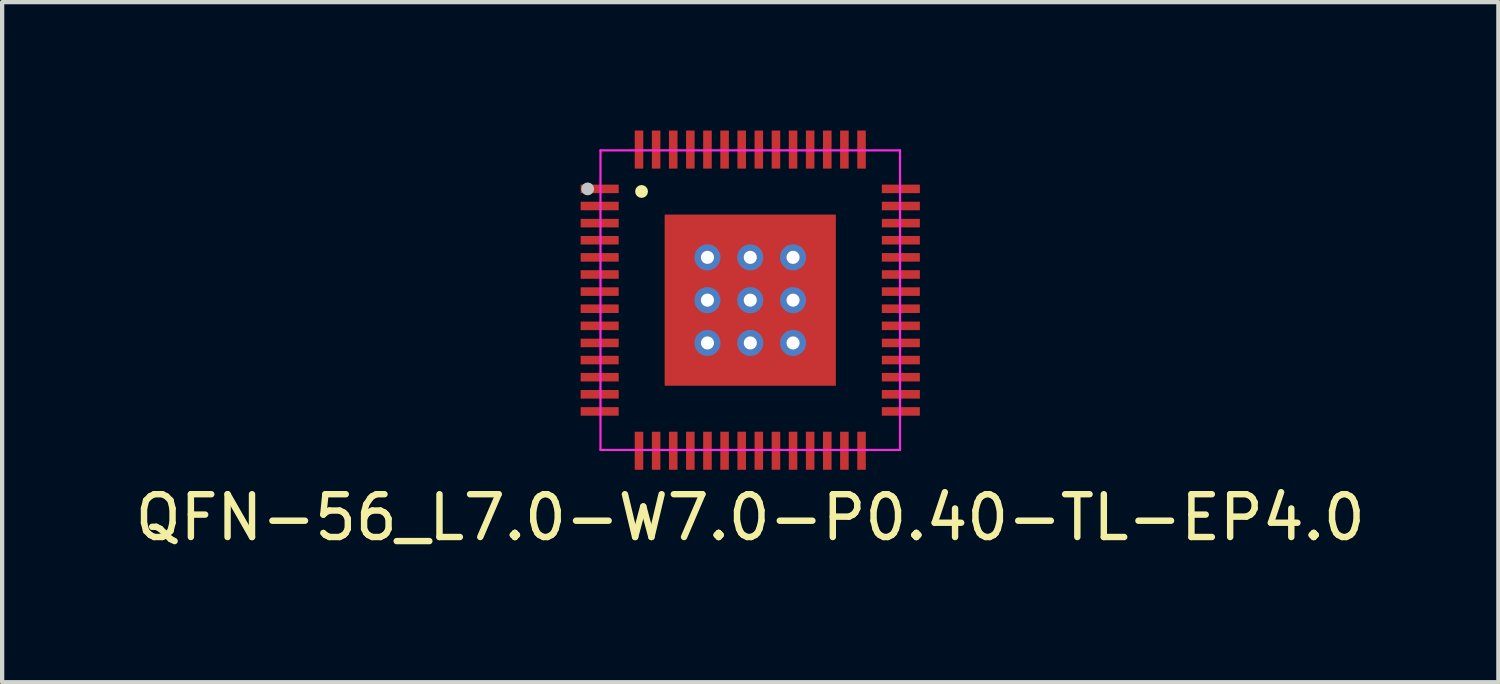
<source format=kicad_pcb>
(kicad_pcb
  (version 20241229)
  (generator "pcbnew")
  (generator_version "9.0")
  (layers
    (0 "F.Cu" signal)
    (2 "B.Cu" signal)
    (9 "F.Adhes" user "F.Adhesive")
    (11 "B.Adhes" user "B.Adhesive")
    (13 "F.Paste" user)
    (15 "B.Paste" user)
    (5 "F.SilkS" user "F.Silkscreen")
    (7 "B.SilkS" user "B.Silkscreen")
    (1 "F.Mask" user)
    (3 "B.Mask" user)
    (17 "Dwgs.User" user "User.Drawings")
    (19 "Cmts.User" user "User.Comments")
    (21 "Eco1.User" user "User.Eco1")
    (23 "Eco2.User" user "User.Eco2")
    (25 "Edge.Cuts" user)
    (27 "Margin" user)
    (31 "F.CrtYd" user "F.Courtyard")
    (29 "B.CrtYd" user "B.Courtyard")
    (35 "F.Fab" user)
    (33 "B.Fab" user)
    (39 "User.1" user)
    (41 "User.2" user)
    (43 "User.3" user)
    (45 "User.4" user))
  (footprint "QFN-56_L7.0-W7.0-P0.40-TL-EP4.0"
    (layer "F.Cu")
    (at 14.482 3.964)
    (property "Reference" "QFN-56_L7.0-W7.0-P0.40-TL-EP4.0" (at 0 5.08 0) (layer "F.SilkS") (effects (font (size 1 1) (thickness 0.15))))
    (attr through_hole)
    (fp_circle (center -2.54 -2.54) (end -2.465 -2.54) (stroke (width 0.15) (type solid)) (fill no) (layer "F.SilkS"))
    (fp_circle (center -3.8 -2.6) (end -3.725 -2.6) (stroke (width 0.15) (type solid)) (fill no) (layer "Dwgs.User"))
    (fp_poly (pts (xy -3.5 -2.7) (xy -3.1 -2.7) (xy -3.1 -2.5) (xy -3.5 -2.5)) (stroke (width 0.005) (type solid)) (fill no) (layer "Eco2.User"))
    (fp_poly (pts (xy -3.5 -2.3) (xy -3.1 -2.3) (xy -3.1 -2.1) (xy -3.5 -2.1)) (stroke (width 0.005) (type solid)) (fill no) (layer "Eco2.User"))
    (fp_poly (pts (xy -3.5 -1.9) (xy -3.1 -1.9) (xy -3.1 -1.7) (xy -3.5 -1.7)) (stroke (width 0.005) (type solid)) (fill no) (layer "Eco2.User"))
    (fp_poly (pts (xy -3.5 -1.5) (xy -3.1 -1.5) (xy -3.1 -1.3) (xy -3.5 -1.3)) (stroke (width 0.005) (type solid)) (fill no) (layer "Eco2.User"))
    (fp_poly (pts (xy -3.5 -1.1) (xy -3.1 -1.1) (xy -3.1 -0.9) (xy -3.5 -0.9)) (stroke (width 0.005) (type solid)) (fill no) (layer "Eco2.User"))
    (fp_poly (pts (xy -3.5 -0.7) (xy -3.1 -0.7) (xy -3.1 -0.5) (xy -3.5 -0.5)) (stroke (width 0.005) (type solid)) (fill no) (layer "Eco2.User"))
    (fp_poly (pts (xy -3.5 -0.3) (xy -3.1 -0.3) (xy -3.1 -0.1) (xy -3.5 -0.1)) (stroke (width 0.005) (type solid)) (fill no) (layer "Eco2.User"))
    (fp_poly (pts (xy -3.5 0.1) (xy -3.1 0.1) (xy -3.1 0.3) (xy -3.5 0.3)) (stroke (width 0.005) (type solid)) (fill no) (layer "Eco2.User"))
    (fp_poly (pts (xy -3.5 0.5) (xy -3.1 0.5) (xy -3.1 0.7) (xy -3.5 0.7)) (stroke (width 0.005) (type solid)) (fill no) (layer "Eco2.User"))
    (fp_poly (pts (xy -3.5 0.9) (xy -3.1 0.9) (xy -3.1 1.1) (xy -3.5 1.1)) (stroke (width 0.005) (type solid)) (fill no) (layer "Eco2.User"))
    (fp_poly (pts (xy -3.5 1.3) (xy -3.1 1.3) (xy -3.1 1.5) (xy -3.5 1.5)) (stroke (width 0.005) (type solid)) (fill no) (layer "Eco2.User"))
    (fp_poly (pts (xy -3.5 1.7) (xy -3.1 1.7) (xy -3.1 1.9) (xy -3.5 1.9)) (stroke (width 0.005) (type solid)) (fill no) (layer "Eco2.User"))
    (fp_poly (pts (xy -3.5 2.1) (xy -3.1 2.1) (xy -3.1 2.3) (xy -3.5 2.3)) (stroke (width 0.005) (type solid)) (fill no) (layer "Eco2.User"))
    (fp_poly (pts (xy -3.5 2.5) (xy -3.1 2.5) (xy -3.1 2.7) (xy -3.5 2.7)) (stroke (width 0.005) (type solid)) (fill no) (layer "Eco2.User"))
    (fp_poly (pts (xy -2.7 -3.1) (xy -2.5 -3.1) (xy -2.5 -3.5) (xy -2.7 -3.5)) (stroke (width 0.005) (type solid)) (fill no) (layer "Eco2.User"))
    (fp_poly (pts (xy -2.7 3.1) (xy -2.5 3.1) (xy -2.5 3.5) (xy -2.7 3.5)) (stroke (width 0.005) (type solid)) (fill no) (layer "Eco2.User"))
    (fp_poly (pts (xy -2.3 -3.1) (xy -2.1 -3.1) (xy -2.1 -3.5) (xy -2.3 -3.5)) (stroke (width 0.005) (type solid)) (fill no) (layer "Eco2.User"))
    (fp_poly (pts (xy -2.3 3.1) (xy -2.1 3.1) (xy -2.1 3.5) (xy -2.3 3.5)) (stroke (width 0.005) (type solid)) (fill no) (layer "Eco2.User"))
    (fp_poly (pts (xy -2 -2) (xy 2 -2) (xy 2 2) (xy -2 2)) (stroke (width 0.005) (type solid)) (fill no) (layer "Eco2.User"))
    (fp_poly (pts (xy -1.9 -3.1) (xy -1.7 -3.1) (xy -1.7 -3.5) (xy -1.9 -3.5)) (stroke (width 0.005) (type solid)) (fill no) (layer "Eco2.User"))
    (fp_poly (pts (xy -1.9 3.1) (xy -1.7 3.1) (xy -1.7 3.5) (xy -1.9 3.5)) (stroke (width 0.005) (type solid)) (fill no) (layer "Eco2.User"))
    (fp_poly (pts (xy -1.5 -3.1) (xy -1.3 -3.1) (xy -1.3 -3.5) (xy -1.5 -3.5)) (stroke (width 0.005) (type solid)) (fill no) (layer "Eco2.User"))
    (fp_poly (pts (xy -1.5 3.1) (xy -1.3 3.1) (xy -1.3 3.5) (xy -1.5 3.5)) (stroke (width 0.005) (type solid)) (fill no) (layer "Eco2.User"))
    (fp_poly (pts (xy -1.1 -3.1) (xy -0.9 -3.1) (xy -0.9 -3.5) (xy -1.1 -3.5)) (stroke (width 0.005) (type solid)) (fill no) (layer "Eco2.User"))
    (fp_poly (pts (xy -1.1 3.1) (xy -0.9 3.1) (xy -0.9 3.5) (xy -1.1 3.5)) (stroke (width 0.005) (type solid)) (fill no) (layer "Eco2.User"))
    (fp_poly (pts (xy -0.7 -3.1) (xy -0.5 -3.1) (xy -0.5 -3.5) (xy -0.7 -3.5)) (stroke (width 0.005) (type solid)) (fill no) (layer "Eco2.User"))
    (fp_poly (pts (xy -0.7 3.1) (xy -0.5 3.1) (xy -0.5 3.5) (xy -0.7 3.5)) (stroke (width 0.005) (type solid)) (fill no) (layer "Eco2.User"))
    (fp_poly (pts (xy -0.3 -3.1) (xy -0.1 -3.1) (xy -0.1 -3.5) (xy -0.3 -3.5)) (stroke (width 0.005) (type solid)) (fill no) (layer "Eco2.User"))
    (fp_poly (pts (xy -0.3 3.1) (xy -0.1 3.1) (xy -0.1 3.5) (xy -0.3 3.5)) (stroke (width 0.005) (type solid)) (fill no) (layer "Eco2.User"))
    (fp_poly (pts (xy 0.1 -3.1) (xy 0.3 -3.1) (xy 0.3 -3.5) (xy 0.1 -3.5)) (stroke (width 0.005) (type solid)) (fill no) (layer "Eco2.User"))
    (fp_poly (pts (xy 0.1 3.1) (xy 0.3 3.1) (xy 0.3 3.5) (xy 0.1 3.5)) (stroke (width 0.005) (type solid)) (fill no) (layer "Eco2.User"))
    (fp_poly (pts (xy 0.5 -3.1) (xy 0.7 -3.1) (xy 0.7 -3.5) (xy 0.5 -3.5)) (stroke (width 0.005) (type solid)) (fill no) (layer "Eco2.User"))
    (fp_poly (pts (xy 0.5 3.1) (xy 0.7 3.1) (xy 0.7 3.5) (xy 0.5 3.5)) (stroke (width 0.005) (type solid)) (fill no) (layer "Eco2.User"))
    (fp_poly (pts (xy 0.9 -3.1) (xy 1.1 -3.1) (xy 1.1 -3.5) (xy 0.9 -3.5)) (stroke (width 0.005) (type solid)) (fill no) (layer "Eco2.User"))
    (fp_poly (pts (xy 0.9 3.1) (xy 1.1 3.1) (xy 1.1 3.5) (xy 0.9 3.5)) (stroke (width 0.005) (type solid)) (fill no) (layer "Eco2.User"))
    (fp_poly (pts (xy 1.3 -3.1) (xy 1.5 -3.1) (xy 1.5 -3.5) (xy 1.3 -3.5)) (stroke (width 0.005) (type solid)) (fill no) (layer "Eco2.User"))
    (fp_poly (pts (xy 1.3 3.1) (xy 1.5 3.1) (xy 1.5 3.5) (xy 1.3 3.5)) (stroke (width 0.005) (type solid)) (fill no) (layer "Eco2.User"))
    (fp_poly (pts (xy 1.7 -3.1) (xy 1.9 -3.1) (xy 1.9 -3.5) (xy 1.7 -3.5)) (stroke (width 0.005) (type solid)) (fill no) (layer "Eco2.User"))
    (fp_poly (pts (xy 1.7 3.1) (xy 1.9 3.1) (xy 1.9 3.5) (xy 1.7 3.5)) (stroke (width 0.005) (type solid)) (fill no) (layer "Eco2.User"))
    (fp_poly (pts (xy 2.1 -3.1) (xy 2.3 -3.1) (xy 2.3 -3.5) (xy 2.1 -3.5)) (stroke (width 0.005) (type solid)) (fill no) (layer "Eco2.User"))
    (fp_poly (pts (xy 2.1 3.1) (xy 2.3 3.1) (xy 2.3 3.5) (xy 2.1 3.5)) (stroke (width 0.005) (type solid)) (fill no) (layer "Eco2.User"))
    (fp_poly (pts (xy 2.5 -3.1) (xy 2.7 -3.1) (xy 2.7 -3.5) (xy 2.5 -3.5)) (stroke (width 0.005) (type solid)) (fill no) (layer "Eco2.User"))
    (fp_poly (pts (xy 2.5 3.1) (xy 2.7 3.1) (xy 2.7 3.5) (xy 2.5 3.5)) (stroke (width 0.005) (type solid)) (fill no) (layer "Eco2.User"))
    (fp_poly (pts (xy 3.5 -2.7) (xy 3.1 -2.7) (xy 3.1 -2.5) (xy 3.5 -2.5)) (stroke (width 0.005) (type solid)) (fill no) (layer "Eco2.User"))
    (fp_poly (pts (xy 3.5 -2.3) (xy 3.1 -2.3) (xy 3.1 -2.1) (xy 3.5 -2.1)) (stroke (width 0.005) (type solid)) (fill no) (layer "Eco2.User"))
    (fp_poly (pts (xy 3.5 -1.9) (xy 3.1 -1.9) (xy 3.1 -1.7) (xy 3.5 -1.7)) (stroke (width 0.005) (type solid)) (fill no) (layer "Eco2.User"))
    (fp_poly (pts (xy 3.5 -1.5) (xy 3.1 -1.5) (xy 3.1 -1.3) (xy 3.5 -1.3)) (stroke (width 0.005) (type solid)) (fill no) (layer "Eco2.User"))
    (fp_poly (pts (xy 3.5 -1.1) (xy 3.1 -1.1) (xy 3.1 -0.9) (xy 3.5 -0.9)) (stroke (width 0.005) (type solid)) (fill no) (layer "Eco2.User"))
    (fp_poly (pts (xy 3.5 -0.7) (xy 3.1 -0.7) (xy 3.1 -0.5) (xy 3.5 -0.5)) (stroke (width 0.005) (type solid)) (fill no) (layer "Eco2.User"))
    (fp_poly (pts (xy 3.5 -0.3) (xy 3.1 -0.3) (xy 3.1 -0.1) (xy 3.5 -0.1)) (stroke (width 0.005) (type solid)) (fill no) (layer "Eco2.User"))
    (fp_poly (pts (xy 3.5 0.1) (xy 3.1 0.1) (xy 3.1 0.3) (xy 3.5 0.3)) (stroke (width 0.005) (type solid)) (fill no) (layer "Eco2.User"))
    (fp_poly (pts (xy 3.5 0.5) (xy 3.1 0.5) (xy 3.1 0.7) (xy 3.5 0.7)) (stroke (width 0.005) (type solid)) (fill no) (layer "Eco2.User"))
    (fp_poly (pts (xy 3.5 0.9) (xy 3.1 0.9) (xy 3.1 1.1) (xy 3.5 1.1)) (stroke (width 0.005) (type solid)) (fill no) (layer "Eco2.User"))
    (fp_poly (pts (xy 3.5 1.3) (xy 3.1 1.3) (xy 3.1 1.5) (xy 3.5 1.5)) (stroke (width 0.005) (type solid)) (fill no) (layer "Eco2.User"))
    (fp_poly (pts (xy 3.5 1.7) (xy 3.1 1.7) (xy 3.1 1.9) (xy 3.5 1.9)) (stroke (width 0.005) (type solid)) (fill no) (layer "Eco2.User"))
    (fp_poly (pts (xy 3.5 2.1) (xy 3.1 2.1) (xy 3.1 2.3) (xy 3.5 2.3)) (stroke (width 0.005) (type solid)) (fill no) (layer "Eco2.User"))
    (fp_poly (pts (xy 3.5 2.5) (xy 3.1 2.5) (xy 3.1 2.7) (xy 3.5 2.7)) (stroke (width 0.005) (type solid)) (fill no) (layer "Eco2.User"))
    (fp_poly (pts (xy -3.44 -3.5) (xy -3.441 -3.512) (xy -3.444 -3.523) (xy -3.45 -3.533) (xy -3.457 -3.542) (xy -3.466 -3.55) (xy -3.477 -3.555) (xy -3.488 -3.559) (xy -3.5 -3.56) (xy -3.511 -3.559) (xy -3.523 -3.555) (xy -3.533 -3.55) (xy -3.542 -3.542) (xy -3.55 -3.533) (xy -3.555 -3.523) (xy -3.559 -3.512) (xy -3.56 -3.5) (xy -3.559 -3.488) (xy -3.555 -3.477) (xy -3.55 -3.467) (xy -3.542 -3.458) (xy -3.533 -3.45) (xy -3.523 -3.445) (xy -3.511 -3.441) (xy -3.5 -3.44) (xy -3.488 -3.441) (xy -3.477 -3.445) (xy -3.466 -3.45) (xy -3.457 -3.458) (xy -3.45 -3.467) (xy -3.444 -3.477) (xy -3.441 -3.488)) (stroke (width 0.005) (type solid)) (fill no) (layer "Eco2.User"))
    (fp_line (start -3.5 -3.5) (end 3.5 -3.5) (stroke (width 0.051) (type solid)) (layer "F.CrtYd"))
    (fp_line (start -3.5 3.5) (end -3.5 -3.5) (stroke (width 0.051) (type solid)) (layer "F.CrtYd"))
    (fp_line (start 3.5 -3.5) (end 3.5 3.5) (stroke (width 0.051) (type solid)) (layer "F.CrtYd"))
    (fp_line (start 3.5 3.5) (end -3.5 3.5) (stroke (width 0.051) (type solid)) (layer "F.CrtYd"))
    (pad "" thru_hole circle (at -1 1) (size 0.61 0.61) (drill 0.305) (layers "*.Cu"))
    (pad "" thru_hole circle (at -1 -1) (size 0.61 0.61) (drill 0.305) (layers "*.Cu"))
    (pad "" thru_hole circle (at -1 -0.0001) (size 0.61 0.61) (drill 0.305) (layers "*.Cu"))
    (pad "" thru_hole circle (at 0.0001 -1) (size 0.61 0.61) (drill 0.305) (layers "*.Cu"))
    (pad "" thru_hole circle (at 0.0001 0.0001) (size 0.61 0.61) (drill 0.305) (layers "*.Cu"))
    (pad "" thru_hole circle (at 0.001 1) (size 0.61 0.61) (drill 0.305) (layers "*.Cu"))
    (pad "" thru_hole circle (at 1 -1) (size 0.61 0.61) (drill 0.305) (layers "*.Cu"))
    (pad "" thru_hole circle (at 1 0.0001) (size 0.61 0.61) (drill 0.305) (layers "*.Cu"))
    (pad "" thru_hole circle (at 1 1) (size 0.61 0.61) (drill 0.305) (layers "*.Cu"))
    (pad "1" smd rect (at -3.519 -2.6) (size 0.889 0.2) (layers "F.Cu" "F.Mask" "F.Paste"))
    (pad "2" smd rect (at -3.519 -2.2) (size 0.889 0.2) (layers "F.Cu" "F.Mask" "F.Paste"))
    (pad "3" smd rect (at -3.519 -1.8) (size 0.889 0.2) (layers "F.Cu" "F.Mask" "F.Paste"))
    (pad "4" smd rect (at -3.519 -1.4) (size 0.889 0.2) (layers "F.Cu" "F.Mask" "F.Paste"))
    (pad "5" smd rect (at -3.519 -1) (size 0.889 0.2) (layers "F.Cu" "F.Mask" "F.Paste"))
    (pad "6" smd rect (at -3.519 -0.6) (size 0.889 0.2) (layers "F.Cu" "F.Mask" "F.Paste"))
    (pad "7" smd rect (at -3.519 -0.2) (size 0.889 0.2) (layers "F.Cu" "F.Mask" "F.Paste"))
    (pad "8" smd rect (at -3.519 0.2) (size 0.889 0.2) (layers "F.Cu" "F.Mask" "F.Paste"))
    (pad "9" smd rect (at -3.519 0.6) (size 0.889 0.2) (layers "F.Cu" "F.Mask" "F.Paste"))
    (pad "10" smd rect (at -3.519 1) (size 0.889 0.2) (layers "F.Cu" "F.Mask" "F.Paste"))
    (pad "11" smd rect (at -3.519 1.4) (size 0.889 0.2) (layers "F.Cu" "F.Mask" "F.Paste"))
    (pad "12" smd rect (at -3.519 1.8) (size 0.889 0.2) (layers "F.Cu" "F.Mask" "F.Paste"))
    (pad "13" smd rect (at -3.519 2.2) (size 0.889 0.2) (layers "F.Cu" "F.Mask" "F.Paste"))
    (pad "14" smd rect (at -3.519 2.6 180) (size 0.889 0.2) (layers "F.Cu" "F.Mask" "F.Paste"))
    (pad "15" smd rect (at -2.6 3.519) (size 0.2 0.889) (layers "F.Cu" "F.Mask" "F.Paste"))
    (pad "16" smd rect (at -2.2 3.519) (size 0.2 0.889) (layers "F.Cu" "F.Mask" "F.Paste"))
    (pad "17" smd rect (at -1.8 3.519) (size 0.2 0.889) (layers "F.Cu" "F.Mask" "F.Paste"))
    (pad "18" smd rect (at -1.4 3.519) (size 0.2 0.889) (layers "F.Cu" "F.Mask" "F.Paste"))
    (pad "19" smd rect (at -1 3.519) (size 0.2 0.889) (layers "F.Cu" "F.Mask" "F.Paste"))
    (pad "20" smd rect (at -0.6 3.519) (size 0.2 0.889) (layers "F.Cu" "F.Mask" "F.Paste"))
    (pad "21" smd rect (at -0.2 3.519) (size 0.2 0.889) (layers "F.Cu" "F.Mask" "F.Paste"))
    (pad "22" smd rect (at 0.2 3.519) (size 0.2 0.889) (layers "F.Cu" "F.Mask" "F.Paste"))
    (pad "23" smd rect (at 0.6 3.519) (size 0.2 0.889) (layers "F.Cu" "F.Mask" "F.Paste"))
    (pad "24" smd rect (at 1 3.519) (size 0.2 0.889) (layers "F.Cu" "F.Mask" "F.Paste"))
    (pad "25" smd rect (at 1.4 3.519) (size 0.2 0.889) (layers "F.Cu" "F.Mask" "F.Paste"))
    (pad "26" smd rect (at 1.8 3.519) (size 0.2 0.889) (layers "F.Cu" "F.Mask" "F.Paste"))
    (pad "27" smd rect (at 2.2 3.519) (size 0.2 0.889) (layers "F.Cu" "F.Mask" "F.Paste"))
    (pad "28" smd rect (at 2.6 3.519 90) (size 0.889 0.2) (layers "F.Cu" "F.Mask" "F.Paste"))
    (pad "29" smd rect (at 3.519 2.6) (size 0.889 0.2) (layers "F.Cu" "F.Mask" "F.Paste"))
    (pad "30" smd rect (at 3.519 2.2) (size 0.889 0.2) (layers "F.Cu" "F.Mask" "F.Paste"))
    (pad "31" smd rect (at 3.519 1.8) (size 0.889 0.2) (layers "F.Cu" "F.Mask" "F.Paste"))
    (pad "32" smd rect (at 3.519 1.4) (size 0.889 0.2) (layers "F.Cu" "F.Mask" "F.Paste"))
    (pad "33" smd rect (at 3.519 1) (size 0.889 0.2) (layers "F.Cu" "F.Mask" "F.Paste"))
    (pad "34" smd rect (at 3.519 0.6) (size 0.889 0.2) (layers "F.Cu" "F.Mask" "F.Paste"))
    (pad "35" smd rect (at 3.519 0.2) (size 0.889 0.2) (layers "F.Cu" "F.Mask" "F.Paste"))
    (pad "36" smd rect (at 3.519 -0.2) (size 0.889 0.2) (layers "F.Cu" "F.Mask" "F.Paste"))
    (pad "37" smd rect (at 3.519 -0.6) (size 0.889 0.2) (layers "F.Cu" "F.Mask" "F.Paste"))
    (pad "38" smd rect (at 3.519 -1) (size 0.889 0.2) (layers "F.Cu" "F.Mask" "F.Paste"))
    (pad "39" smd rect (at 3.519 -1.4) (size 0.889 0.2) (layers "F.Cu" "F.Mask" "F.Paste"))
    (pad "40" smd rect (at 3.519 -1.8) (size 0.889 0.2) (layers "F.Cu" "F.Mask" "F.Paste"))
    (pad "41" smd rect (at 3.519 -2.2) (size 0.889 0.2) (layers "F.Cu" "F.Mask" "F.Paste"))
    (pad "42" smd rect (at 3.519 -2.6) (size 0.889 0.2) (layers "F.Cu" "F.Mask" "F.Paste"))
    (pad "43" smd rect (at 2.6 -3.519 90) (size 0.889 0.2) (layers "F.Cu" "F.Mask" "F.Paste"))
    (pad "44" smd rect (at 2.2 -3.519) (size 0.2 0.889) (layers "F.Cu" "F.Mask" "F.Paste"))
    (pad "45" smd rect (at 1.8 -3.519) (size 0.2 0.889) (layers "F.Cu" "F.Mask" "F.Paste"))
    (pad "46" smd rect (at 1.4 -3.519) (size 0.2 0.889) (layers "F.Cu" "F.Mask" "F.Paste"))
    (pad "47" smd rect (at 1 -3.519) (size 0.2 0.889) (layers "F.Cu" "F.Mask" "F.Paste"))
    (pad "48" smd rect (at 0.6 -3.519) (size 0.2 0.889) (layers "F.Cu" "F.Mask" "F.Paste"))
    (pad "49" smd rect (at 0.2 -3.519) (size 0.2 0.889) (layers "F.Cu" "F.Mask" "F.Paste"))
    (pad "50" smd rect (at -0.2 -3.519) (size 0.2 0.889) (layers "F.Cu" "F.Mask" "F.Paste"))
    (pad "51" smd rect (at -0.6 -3.519) (size 0.2 0.889) (layers "F.Cu" "F.Mask" "F.Paste"))
    (pad "52" smd rect (at -1 -3.519) (size 0.2 0.889) (layers "F.Cu" "F.Mask" "F.Paste"))
    (pad "53" smd rect (at -1.4 -3.519) (size 0.2 0.889) (layers "F.Cu" "F.Mask" "F.Paste"))
    (pad "54" smd rect (at -1.8 -3.519) (size 0.2 0.889) (layers "F.Cu" "F.Mask" "F.Paste"))
    (pad "55" smd rect (at -2.2 -3.519) (size 0.2 0.889) (layers "F.Cu" "F.Mask" "F.Paste"))
    (pad "56" smd rect (at -2.6 -3.519) (size 0.2 0.889) (layers "F.Cu" "F.Mask" "F.Paste"))
    (pad "57" smd rect (at 0.0001 -0.0001) (size 4 4) (layers "F.Cu" "F.Mask" "F.Paste")))
  (gr_rect
    (start -3 -3)
    (end 31.964 12.892)
    (stroke (width 0.1) (type default))
    (fill no)
    (layer "Edge.Cuts")))
</source>
